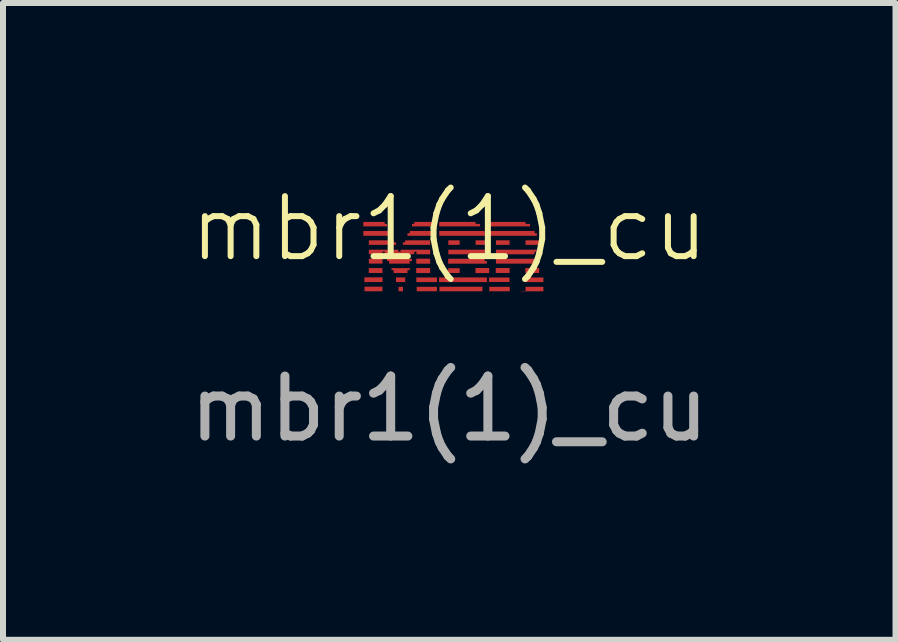
<source format=kicad_pcb>
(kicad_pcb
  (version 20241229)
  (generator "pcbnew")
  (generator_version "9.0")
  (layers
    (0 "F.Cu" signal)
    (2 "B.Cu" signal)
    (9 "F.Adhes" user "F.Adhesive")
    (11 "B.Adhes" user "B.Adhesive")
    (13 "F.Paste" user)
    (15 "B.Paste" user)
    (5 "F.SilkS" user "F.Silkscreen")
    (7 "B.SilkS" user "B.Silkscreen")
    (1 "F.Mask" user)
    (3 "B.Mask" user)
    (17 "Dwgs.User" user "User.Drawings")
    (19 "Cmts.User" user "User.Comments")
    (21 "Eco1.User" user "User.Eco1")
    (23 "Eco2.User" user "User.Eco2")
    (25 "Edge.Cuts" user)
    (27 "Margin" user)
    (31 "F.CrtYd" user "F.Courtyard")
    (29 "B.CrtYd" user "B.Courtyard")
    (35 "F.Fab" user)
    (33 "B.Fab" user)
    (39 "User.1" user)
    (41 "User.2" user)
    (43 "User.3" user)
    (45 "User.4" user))
  (footprint "mbr1(1)_cu"
    (layer "F.Cu")
    (at 4.435 1.26)
    (property "Reference" "mbr1(1)_cu" (at 0 -0.5 0) (unlocked yes) (layer "F.SilkS") (effects (font (size 1 1) (thickness 0.1))))
    (attr smd)
    (fp_poly (pts (xy -0.772 0.506) (xy -0.772 0.543) (xy -0.809 0.543) (xy -0.845 0.543) (xy -0.845 0.506) (xy -0.845 0.468) (xy -0.809 0.468) (xy -0.772 0.468)) (stroke (width 0) (type solid)) (fill yes) (layer "F.Cu"))
    (fp_poly (pts (xy -0.734 0.35) (xy -0.734 0.389) (xy -0.811 0.389) (xy -0.888 0.389) (xy -0.888 0.35) (xy -0.888 0.312) (xy -0.811 0.312) (xy -0.734 0.312)) (stroke (width 0) (type solid)) (fill yes) (layer "F.Cu"))
    (fp_poly (pts (xy -0.205 0.352) (xy -0.205 0.39) (xy -0.377 0.39) (xy -0.549 0.39) (xy -0.549 0.352) (xy -0.549 0.313) (xy -0.377 0.313) (xy -0.205 0.313)) (stroke (width 0) (type solid)) (fill yes) (layer "F.Cu"))
    (fp_poly (pts (xy 0.173 -0.268) (xy 0.173 -0.231) (xy 0.078 -0.231) (xy -0.016 -0.231) (xy -0.016 -0.268) (xy -0.016 -0.306) (xy 0.078 -0.306) (xy 0.173 -0.306)) (stroke (width 0) (type solid)) (fill yes) (layer "F.Cu"))
    (fp_poly (pts (xy 0.553 0.505) (xy 0.553 0.543) (xy 0.195 0.543) (xy -0.164 0.543) (xy -0.164 0.505) (xy -0.164 0.467) (xy 0.195 0.467) (xy 0.553 0.467)) (stroke (width 0) (type solid)) (fill yes) (layer "F.Cu"))
    (fp_poly (pts (xy 0.627 0.351) (xy 0.627 0.39) (xy 0.229 0.39) (xy -0.17 0.39) (xy -0.17 0.351) (xy -0.17 0.312) (xy 0.229 0.312) (xy 0.627 0.312)) (stroke (width 0) (type solid)) (fill yes) (layer "F.Cu"))
    (fp_poly (pts (xy 0.665 -0.268) (xy 0.665 -0.231) (xy 0.551 -0.231) (xy 0.438 -0.231) (xy 0.438 -0.268) (xy 0.438 -0.306) (xy 0.551 -0.306) (xy 0.665 -0.306)) (stroke (width 0) (type solid)) (fill yes) (layer "F.Cu"))
    (fp_poly (pts (xy 1.004 0.35) (xy 1.004 0.388) (xy 0.833 0.388) (xy 0.662 0.388) (xy 0.662 0.35) (xy 0.662 0.313) (xy 0.833 0.313) (xy 1.004 0.313)) (stroke (width 0) (type solid)) (fill yes) (layer "F.Cu"))
    (fp_poly (pts (xy 1.005 -0.268) (xy 1.005 -0.231) (xy 0.891 -0.231) (xy 0.778 -0.231) (xy 0.778 -0.268) (xy 0.778 -0.306) (xy 0.891 -0.306) (xy 1.005 -0.306)) (stroke (width 0) (type solid)) (fill yes) (layer "F.Cu"))
    (fp_poly (pts (xy 1.008 0.506) (xy 1.008 0.543) (xy 0.837 0.543) (xy 0.666 0.543) (xy 0.666 0.506) (xy 0.666 0.468) (xy 0.837 0.468) (xy 1.008 0.468)) (stroke (width 0) (type solid)) (fill yes) (layer "F.Cu"))
    (fp_poly (pts (xy 1.497 -0.268) (xy 1.497 -0.231) (xy 1.383 -0.231) (xy 1.27 -0.231) (xy 1.27 -0.268) (xy 1.27 -0.306) (xy 1.383 -0.306) (xy 1.497 -0.306)) (stroke (width 0) (type solid)) (fill yes) (layer "F.Cu"))
    (fp_poly (pts (xy -1.075 -0.597) (xy -1.075 -0.58) (xy -1.056 -0.58) (xy -1.037 -0.58) (xy -1.037 -0.559) (xy -1.037 -0.538) (xy -1.234 -0.538) (xy -1.432 -0.538) (xy -1.432 -0.575) (xy -1.432 -0.613) (xy -1.253 -0.613) (xy -1.075 -0.613)) (stroke (width 0) (type solid)) (fill yes) (layer "F.Cu"))
    (fp_poly (pts (xy -0.999 -0.443) (xy -0.999 -0.424) (xy -0.981 -0.424) (xy -0.962 -0.424) (xy -0.962 -0.403) (xy -0.962 -0.382) (xy -1.197 -0.382) (xy -1.432 -0.382) (xy -1.432 -0.422) (xy -1.432 -0.462) (xy -1.215 -0.462) (xy -0.999 -0.462)) (stroke (width 0) (type solid)) (fill yes) (layer "F.Cu"))
    (fp_poly (pts (xy -0.924 -0.29) (xy -0.924 -0.273) (xy -0.905 -0.273) (xy -0.886 -0.273) (xy -0.886 -0.252) (xy -0.886 -0.231) (xy -1.113 -0.231) (xy -1.34 -0.231) (xy -1.34 -0.268) (xy -1.34 -0.306) (xy -1.132 -0.306) (xy -0.924 -0.306)) (stroke (width 0) (type solid)) (fill yes) (layer "F.Cu"))
    (fp_poly (pts (xy -0.319 -0.268) (xy -0.319 -0.231) (xy -0.546 -0.231) (xy -0.773 -0.231) (xy -0.773 -0.252) (xy -0.773 -0.273) (xy -0.754 -0.273) (xy -0.735 -0.273) (xy -0.735 -0.29) (xy -0.735 -0.306) (xy -0.527 -0.306) (xy -0.319 -0.306)) (stroke (width 0) (type solid)) (fill yes) (layer "F.Cu"))
    (fp_poly (pts (xy -0.224 -0.575) (xy -0.224 -0.538) (xy -0.423 -0.538) (xy -0.621 -0.538) (xy -0.621 -0.559) (xy -0.621 -0.58) (xy -0.602 -0.58) (xy -0.583 -0.58) (xy -0.583 -0.597) (xy -0.583 -0.613) (xy -0.404 -0.613) (xy -0.224 -0.613)) (stroke (width 0) (type solid)) (fill yes) (layer "F.Cu"))
    (fp_poly (pts (xy -0.224 -0.422) (xy -0.224 -0.382) (xy -0.461 -0.382) (xy -0.697 -0.382) (xy -0.697 -0.403) (xy -0.697 -0.424) (xy -0.678 -0.424) (xy -0.659 -0.424) (xy -0.659 -0.443) (xy -0.659 -0.462) (xy -0.442 -0.462) (xy -0.224 -0.462)) (stroke (width 0) (type solid)) (fill yes) (layer "F.Cu"))
    (fp_poly (pts (xy 0.438 -0.597) (xy 0.438 -0.58) (xy 0.475 -0.58) (xy 0.513 -0.58) (xy 0.513 -0.559) (xy 0.513 -0.538) (xy 0.173 -0.538) (xy -0.167 -0.538) (xy -0.167 -0.575) (xy -0.167 -0.613) (xy 0.135 -0.613) (xy 0.438 -0.613)) (stroke (width 0) (type solid)) (fill yes) (layer "F.Cu"))
    (fp_poly (pts (xy 0.589 -0.443) (xy 0.589 -0.424) (xy 0.608 -0.424) (xy 0.627 -0.424) (xy 0.627 -0.403) (xy 0.627 -0.382) (xy 0.23 -0.382) (xy -0.167 -0.382) (xy -0.167 -0.422) (xy -0.167 -0.462) (xy 0.211 -0.462) (xy 0.589 -0.462)) (stroke (width 0) (type solid)) (fill yes) (layer "F.Cu"))
    (fp_poly (pts (xy 0.627 -0.133) (xy 0.627 -0.117) (xy 0.608 -0.117) (xy 0.589 -0.117) (xy 0.589 -0.096) (xy 0.589 -0.074) (xy 0.286 -0.074) (xy -0.016 -0.074) (xy -0.016 -0.112) (xy -0.016 -0.15) (xy 0.305 -0.15) (xy 0.627 -0.15)) (stroke (width 0) (type solid)) (fill yes) (layer "F.Cu"))
    (fp_poly (pts (xy 1.27 -0.597) (xy 1.27 -0.58) (xy 1.308 -0.58) (xy 1.345 -0.58) (xy 1.345 -0.559) (xy 1.345 -0.538) (xy 1.005 -0.538) (xy 0.665 -0.538) (xy 0.665 -0.575) (xy 0.665 -0.613) (xy 0.967 -0.613) (xy 1.27 -0.613)) (stroke (width 0) (type solid)) (fill yes) (layer "F.Cu"))
    (fp_poly (pts (xy 1.421 -0.443) (xy 1.421 -0.424) (xy 1.44 -0.424) (xy 1.459 -0.424) (xy 1.459 -0.403) (xy 1.459 -0.382) (xy 1.062 -0.382) (xy 0.665 -0.382) (xy 0.665 -0.422) (xy 0.665 -0.462) (xy 1.043 -0.462) (xy 1.421 -0.462)) (stroke (width 0) (type solid)) (fill yes) (layer "F.Cu"))
    (fp_poly (pts (xy 1.459 -0.133) (xy 1.459 -0.117) (xy 1.44 -0.117) (xy 1.421 -0.117) (xy 1.421 -0.096) (xy 1.421 -0.074) (xy 1.1 -0.074) (xy 0.778 -0.074) (xy 0.778 -0.112) (xy 0.778 -0.15) (xy 1.118 -0.15) (xy 1.459 -0.15)) (stroke (width 0) (type solid)) (fill yes) (layer "F.Cu"))
    (fp_poly (pts (xy 1.568 0.506) (xy 1.568 0.543) (xy 1.379 0.543) (xy 1.189 0.543) (xy 1.189 0.54) (xy 1.189 0.538) (xy 1.23 0.538) (xy 1.27 0.538) (xy 1.27 0.503) (xy 1.27 0.468) (xy 1.419 0.468) (xy 1.568 0.468)) (stroke (width 0) (type solid)) (fill yes) (layer "F.Cu"))
    (fp_poly (pts (xy -0.321 0.156) (xy -0.32 0.157) (xy -0.32 0.157) (xy -0.32 0.157) (xy -0.32 0.157) (xy -0.319 0.157) (xy -0.319 0.197) (xy -0.319 0.237) (xy -0.32 0.237) (xy -0.32 0.238) (xy -0.32 0.238) (xy -0.321 0.238) (xy -0.321 0.238) (xy -0.321 0.239) (xy -0.436 0.239) (xy -0.551 0.239) (xy -0.551 0.197) (xy -0.551 0.155) (xy -0.436 0.155) (xy -0.321 0.155)) (stroke (width 0) (type solid)) (fill yes) (layer "F.Cu"))
    (fp_poly (pts (xy 1.005 0.157) (xy 1.005 0.158) (xy 1.005 0.159) (xy 1.005 0.16) (xy 1.005 0.162) (xy 1.005 0.165) (xy 1.005 0.167) (xy 1.005 0.171) (xy 1.005 0.174) (xy 1.005 0.178) (xy 1.005 0.181) (xy 1.005 0.186) (xy 1.005 0.19) (xy 1.005 0.194) (xy 1.005 0.199) (xy 1.005 0.238) (xy 0.889 0.238) (xy 0.774 0.238) (xy 0.774 0.196) (xy 0.774 0.155) (xy 0.889 0.155) (xy 1.005 0.155)) (stroke (width 0) (type solid)) (fill yes) (layer "F.Cu"))
    (fp_poly (pts (xy 0.173 0.198) (xy 0.173 0.237) (xy 0.172 0.238) (xy 0.171 0.238) (xy 0.17 0.238) (xy 0.169 0.238) (xy 0.167 0.238) (xy 0.165 0.238) (xy 0.162 0.238) (xy 0.159 0.238) (xy 0.155 0.238) (xy 0.152 0.238) (xy 0.147 0.238) (xy 0.143 0.238) (xy 0.138 0.238) (xy 0.132 0.238) (xy 0.127 0.238) (xy 0.121 0.238) (xy 0.115 0.238) (xy 0.109 0.238) (xy 0.102 0.238) (xy 0.096 0.238) (xy 0.089 0.238) (xy 0.082 0.238) (xy 0.076 0.238) (xy -0.018 0.238) (xy -0.018 0.198) (xy -0.018 0.158) (xy 0.078 0.158) (xy 0.173 0.158)) (stroke (width 0) (type solid)) (fill yes) (layer "F.Cu"))
    (fp_poly (pts (xy -0.848 -0.133) (xy -0.848 -0.117) (xy -0.829 -0.117) (xy -0.81 -0.117) (xy -0.81 -0.133) (xy -0.81 -0.15) (xy -0.565 -0.15) (xy -0.319 -0.15) (xy -0.319 -0.112) (xy -0.319 -0.074) (xy -0.432 -0.074) (xy -0.546 -0.074) (xy -0.546 -0.096) (xy -0.546 -0.117) (xy -0.565 -0.117) (xy -0.583 -0.117) (xy -0.583 -0.096) (xy -0.583 -0.074) (xy -0.829 -0.074) (xy -1.075 -0.074) (xy -1.075 -0.096) (xy -1.075 -0.117) (xy -1.094 -0.117) (xy -1.113 -0.117) (xy -1.113 -0.096) (xy -1.113 -0.074) (xy -1.226 -0.074) (xy -1.34 -0.074) (xy -1.34 -0.112) (xy -1.34 -0.15) (xy -1.094 -0.15) (xy -0.848 -0.15)) (stroke (width 0) (type solid)) (fill yes) (layer "F.Cu"))
    (fp_poly (pts (xy 1.495 0.156) (xy 1.495 0.157) (xy 1.495 0.157) (xy 1.496 0.157) (xy 1.497 0.157) (xy 1.497 0.197) (xy 1.497 0.237) (xy 1.495 0.238) (xy 1.495 0.238) (xy 1.494 0.238) (xy 1.493 0.238) (xy 1.491 0.238) (xy 1.489 0.238) (xy 1.486 0.238) (xy 1.483 0.238) (xy 1.479 0.238) (xy 1.475 0.238) (xy 1.471 0.238) (xy 1.466 0.238) (xy 1.461 0.238) (xy 1.456 0.238) (xy 1.45 0.238) (xy 1.444 0.238) (xy 1.438 0.238) (xy 1.431 0.238) (xy 1.424 0.238) (xy 1.418 0.238) (xy 1.41 0.238) (xy 1.403 0.238) (xy 1.396 0.238) (xy 1.388 0.238) (xy 1.38 0.238) (xy 1.267 0.238) (xy 1.267 0.197) (xy 1.267 0.156) (xy 1.381 0.156) (xy 1.495 0.156)) (stroke (width 0) (type solid)) (fill yes) (layer "F.Cu"))
    (fp_poly (pts (xy -1.228 0.001) (xy -1.22 0.001) (xy -1.213 0.001) (xy -1.205 0.001) (xy -1.198 0.001) (xy -1.191 0.001) (xy -1.184 0.001) (xy -1.177 0.001) (xy -1.171 0.001) (xy -1.165 0.001) (xy -1.159 0.001) (xy -1.153 0.001) (xy -1.148 0.001) (xy -1.143 0.001) (xy -1.138 0.001) (xy -1.134 0.001) (xy -1.13 0.001) (xy -1.126 0.001) (xy -1.123 0.001) (xy -1.121 0.001) (xy -1.118 0.001) (xy -1.117 0.001) (xy -1.115 0.001) (xy -1.115 0.001) (xy -1.114 0.001) (xy -1.113 0.001) (xy -1.113 0.042) (xy -1.113 0.082) (xy -1.224 0.082) (xy -1.232 0.082) (xy -1.239 0.082) (xy -1.247 0.082) (xy -1.254 0.082) (xy -1.261 0.082) (xy -1.268 0.082) (xy -1.275 0.082) (xy -1.281 0.082) (xy -1.287 0.082) (xy -1.293 0.082) (xy -1.299 0.082) (xy -1.304 0.082) (xy -1.309 0.082) (xy -1.314 0.082) (xy -1.318 0.081) (xy -1.322 0.081) (xy -1.326 0.081) (xy -1.329 0.081) (xy -1.331 0.081) (xy -1.334 0.081) (xy -1.335 0.081) (xy -1.337 0.081) (xy -1.337 0.081) (xy -1.338 0.081) (xy -1.34 0.081) (xy -1.34 0.041) (xy -1.34 0.001)) (stroke (width 0) (type solid)) (fill yes) (layer "F.Cu"))
    (fp_poly (pts (xy -0.323 0.001) (xy -0.323 0.001) (xy -0.322 0.001) (xy -0.322 0.001) (xy -0.321 0.001) (xy -0.321 0.001) (xy -0.319 0.001) (xy -0.319 0.041) (xy -0.319 0.082) (xy -0.321 0.082) (xy -0.322 0.082) (xy -0.322 0.082) (xy -0.323 0.082) (xy -0.323 0.082) (xy -0.323 0.082) (xy -0.323 0.082) (xy -0.323 0.082) (xy -0.323 0.082) (xy -0.323 0.082) (xy -0.323 0.082) (xy -0.323 0.082) (xy -0.324 0.082) (xy -0.324 0.082) (xy -0.325 0.082) (xy -0.325 0.083) (xy -0.326 0.083) (xy -0.327 0.083) (xy -0.328 0.083) (xy -0.33 0.083) (xy -0.331 0.083) (xy -0.333 0.083) (xy -0.335 0.083) (xy -0.337 0.083) (xy -0.34 0.083) (xy -0.343 0.083) (xy -0.346 0.083) (xy -0.349 0.083) (xy -0.353 0.083) (xy -0.357 0.083) (xy -0.362 0.083) (xy -0.367 0.083) (xy -0.372 0.083) (xy -0.378 0.083) (xy -0.384 0.083) (xy -0.39 0.083) (xy -0.397 0.083) (xy -0.405 0.083) (xy -0.413 0.083) (xy -0.421 0.083) (xy -0.43 0.083) (xy -0.436 0.083) (xy -0.55 0.083) (xy -0.55 0.041) (xy -0.55 0) (xy -0.436 0) (xy -0.323 0)) (stroke (width 0) (type solid)) (fill yes) (layer "F.Cu"))
    (fp_poly (pts (xy 1.422 0.02) (xy 1.422 0.039) (xy 1.44 0.039) (xy 1.459 0.039) (xy 1.459 0.06) (xy 1.459 0.082) (xy 1.44 0.082) (xy 1.436 0.082) (xy 1.433 0.082) (xy 1.43 0.082) (xy 1.427 0.082) (xy 1.425 0.082) (xy 1.424 0.082) (xy 1.423 0.082) (xy 1.422 0.082) (xy 1.422 0.082) (xy 1.422 0.082) (xy 1.421 0.082) (xy 1.42 0.082) (xy 1.418 0.082) (xy 1.416 0.082) (xy 1.413 0.082) (xy 1.409 0.082) (xy 1.405 0.082) (xy 1.401 0.082) (xy 1.396 0.082) (xy 1.39 0.082) (xy 1.384 0.082) (xy 1.377 0.082) (xy 1.37 0.082) (xy 1.362 0.082) (xy 1.354 0.082) (xy 1.345 0.082) (xy 1.336 0.082) (xy 1.326 0.082) (xy 1.316 0.082) (xy 1.305 0.082) (xy 1.293 0.082) (xy 1.281 0.082) (xy 1.269 0.082) (xy 1.256 0.082) (xy 1.242 0.082) (xy 1.228 0.082) (xy 1.213 0.082) (xy 1.198 0.082) (xy 1.182 0.082) (xy 1.166 0.082) (xy 1.149 0.082) (xy 1.132 0.082) (xy 1.114 0.082) (xy 1.1 0.082) (xy 0.777 0.082) (xy 0.777 0.041) (xy 0.777 0.001) (xy 1.1 0.001) (xy 1.422 0.001)) (stroke (width 0) (type solid)) (fill yes) (layer "F.Cu"))
    (fp_poly (pts (xy 0.664 0.156) (xy 0.664 0.157) (xy 0.664 0.157) (xy 0.664 0.157) (xy 0.664 0.157) (xy 0.664 0.157) (xy 0.664 0.157) (xy 0.664 0.157) (xy 0.664 0.158) (xy 0.664 0.158) (xy 0.664 0.159) (xy 0.665 0.159) (xy 0.665 0.16) (xy 0.665 0.161) (xy 0.665 0.163) (xy 0.665 0.165) (xy 0.665 0.167) (xy 0.665 0.169) (xy 0.665 0.172) (xy 0.665 0.175) (xy 0.665 0.178) (xy 0.665 0.182) (xy 0.665 0.186) (xy 0.665 0.191) (xy 0.665 0.196) (xy 0.665 0.197) (xy 0.665 0.203) (xy 0.665 0.208) (xy 0.665 0.212) (xy 0.665 0.216) (xy 0.665 0.22) (xy 0.665 0.223) (xy 0.665 0.225) (xy 0.665 0.228) (xy 0.665 0.23) (xy 0.665 0.232) (xy 0.665 0.233) (xy 0.665 0.234) (xy 0.665 0.235) (xy 0.664 0.236) (xy 0.664 0.236) (xy 0.664 0.237) (xy 0.664 0.237) (xy 0.664 0.237) (xy 0.664 0.237) (xy 0.664 0.237) (xy 0.664 0.237) (xy 0.664 0.237) (xy 0.664 0.238) (xy 0.664 0.238) (xy 0.664 0.238) (xy 0.664 0.239) (xy 0.55 0.239) (xy 0.436 0.239) (xy 0.436 0.197) (xy 0.436 0.155) (xy 0.55 0.155) (xy 0.664 0.155)) (stroke (width 0) (type solid)) (fill yes) (layer "F.Cu"))
    (fp_poly (pts (xy -1.112 0.35) (xy -1.112 0.389) (xy -1.264 0.389) (xy -1.275 0.389) (xy -1.285 0.389) (xy -1.296 0.389) (xy -1.305 0.389) (xy -1.314 0.389) (xy -1.323 0.389) (xy -1.331 0.389) (xy -1.339 0.389) (xy -1.346 0.389) (xy -1.353 0.389) (xy -1.359 0.389) (xy -1.365 0.389) (xy -1.371 0.389) (xy -1.376 0.389) (xy -1.381 0.389) (xy -1.385 0.389) (xy -1.389 0.389) (xy -1.393 0.389) (xy -1.396 0.389) (xy -1.399 0.389) (xy -1.402 0.389) (xy -1.405 0.389) (xy -1.407 0.389) (xy -1.409 0.389) (xy -1.41 0.389) (xy -1.412 0.389) (xy -1.413 0.389) (xy -1.414 0.389) (xy -1.415 0.389) (xy -1.415 0.389) (xy -1.415 0.389) (xy -1.415 0.389) (xy -1.415 0.389) (xy -1.415 0.388) (xy -1.415 0.387) (xy -1.415 0.385) (xy -1.415 0.383) (xy -1.415 0.381) (xy -1.415 0.378) (xy -1.415 0.375) (xy -1.415 0.372) (xy -1.415 0.368) (xy -1.415 0.364) (xy -1.415 0.361) (xy -1.415 0.357) (xy -1.415 0.353) (xy -1.415 0.349) (xy -1.415 0.345) (xy -1.415 0.341) (xy -1.415 0.338) (xy -1.415 0.334) (xy -1.415 0.331) (xy -1.415 0.327) (xy -1.415 0.324) (xy -1.415 0.322) (xy -1.415 0.319) (xy -1.415 0.317) (xy -1.415 0.315) (xy -1.415 0.314) (xy -1.415 0.311) (xy -1.264 0.311) (xy -1.112 0.311)) (stroke (width 0) (type solid)) (fill yes) (layer "F.Cu"))
    (fp_poly (pts (xy -1.223 0.466) (xy -1.215 0.466) (xy -1.207 0.466) (xy -1.199 0.466) (xy -1.192 0.466) (xy -1.185 0.466) (xy -1.178 0.466) (xy -1.172 0.466) (xy -1.166 0.466) (xy -1.161 0.466) (xy -1.156 0.466) (xy -1.152 0.466) (xy -1.147 0.466) (xy -1.144 0.466) (xy -1.14 0.466) (xy -1.137 0.466) (xy -1.134 0.466) (xy -1.131 0.466) (xy -1.128 0.466) (xy -1.126 0.466) (xy -1.124 0.466) (xy -1.122 0.466) (xy -1.121 0.466) (xy -1.12 0.466) (xy -1.118 0.466) (xy -1.117 0.466) (xy -1.116 0.466) (xy -1.116 0.466) (xy -1.115 0.466) (xy -1.115 0.466) (xy -1.114 0.466) (xy -1.114 0.466) (xy -1.114 0.467) (xy -1.114 0.467) (xy -1.114 0.467) (xy -1.114 0.467) (xy -1.114 0.467) (xy -1.114 0.467) (xy -1.113 0.467) (xy -1.113 0.467) (xy -1.113 0.467) (xy -1.113 0.467) (xy -1.113 0.468) (xy -1.113 0.468) (xy -1.113 0.469) (xy -1.113 0.47) (xy -1.113 0.471) (xy -1.113 0.472) (xy -1.113 0.474) (xy -1.113 0.475) (xy -1.113 0.478) (xy -1.113 0.48) (xy -1.113 0.483) (xy -1.113 0.487) (xy -1.113 0.49) (xy -1.113 0.495) (xy -1.113 0.499) (xy -1.113 0.505) (xy -1.113 0.505) (xy -1.113 0.543) (xy -1.263 0.543) (xy -1.413 0.543) (xy -1.413 0.505) (xy -1.413 0.466) (xy -1.263 0.466) (xy -1.252 0.466) (xy -1.242 0.466) (xy -1.233 0.466)) (stroke (width 0) (type solid)) (fill yes) (layer "F.Cu"))
    (fp_poly (pts (xy -0.802 0.001) (xy -0.793 0.001) (xy -0.784 0.001) (xy -0.775 0.001) (xy -0.766 0.001) (xy -0.758 0.001) (xy -0.749 0.001) (xy -0.741 0.001) (xy -0.733 0.001) (xy -0.725 0.001) (xy -0.718 0.001) (xy -0.71 0.001) (xy -0.703 0.001) (xy -0.696 0.001) (xy -0.69 0.001) (xy -0.684 0.001) (xy -0.678 0.001) (xy -0.672 0.001) (xy -0.667 0.001) (xy -0.662 0.001) (xy -0.658 0.001) (xy -0.654 0.001) (xy -0.651 0.001) (xy -0.648 0.001) (xy -0.645 0.001) (xy -0.643 0.001) (xy -0.642 0.001) (xy -0.621 0.001) (xy -0.621 0.02) (xy -0.621 0.039) (xy -0.64 0.039) (xy -0.659 0.039) (xy -0.659 0.06) (xy -0.659 0.082) (xy -0.831 0.082) (xy -1.003 0.082) (xy -1.003 0.06) (xy -1.003 0.039) (xy -1.02 0.039) (xy -1.037 0.039) (xy -1.037 0.02) (xy -1.037 0.001) (xy -1.013 0.001) (xy -1.011 0.001) (xy -1.009 0.001) (xy -1.006 0.001) (xy -1.002 0.001) (xy -0.998 0.001) (xy -0.994 0.001) (xy -0.99 0.001) (xy -0.984 0.001) (xy -0.979 0.001) (xy -0.973 0.001) (xy -0.967 0.001) (xy -0.961 0.001) (xy -0.954 0.001) (xy -0.947 0.001) (xy -0.939 0.001) (xy -0.932 0.001) (xy -0.924 0.001) (xy -0.916 0.001) (xy -0.908 0.001) (xy -0.899 0.001) (xy -0.891 0.001) (xy -0.882 0.001) (xy -0.874 0.001) (xy -0.865 0.001) (xy -0.856 0.001) (xy -0.847 0.001) (xy -0.838 0.001) (xy -0.829 0.001) (xy -0.82 0.001) (xy -0.811 0.001)) (stroke (width 0) (type solid)) (fill yes) (layer "F.Cu"))
    (fp_poly (pts (xy 0.589 0.02) (xy 0.589 0.039) (xy 0.608 0.039) (xy 0.627 0.039) (xy 0.627 0.06) (xy 0.627 0.082) (xy 0.608 0.082) (xy 0.604 0.082) (xy 0.601 0.082) (xy 0.599 0.082) (xy 0.596 0.082) (xy 0.594 0.082) (xy 0.593 0.082) (xy 0.592 0.082) (xy 0.591 0.082) (xy 0.59 0.082) (xy 0.59 0.082) (xy 0.589 0.082) (xy 0.589 0.082) (xy 0.589 0.082) (xy 0.589 0.082) (xy 0.589 0.082) (xy 0.589 0.082) (xy 0.589 0.082) (xy 0.589 0.082) (xy 0.589 0.082) (xy 0.589 0.082) (xy 0.589 0.082) (xy 0.589 0.082) (xy 0.588 0.082) (xy 0.588 0.082) (xy 0.588 0.082) (xy 0.587 0.082) (xy 0.586 0.082) (xy 0.586 0.082) (xy 0.585 0.082) (xy 0.584 0.083) (xy 0.583 0.083) (xy 0.582 0.083) (xy 0.58 0.083) (xy 0.579 0.083) (xy 0.577 0.083) (xy 0.575 0.083) (xy 0.573 0.083) (xy 0.571 0.083) (xy 0.568 0.083) (xy 0.565 0.083) (xy 0.562 0.083) (xy 0.559 0.083) (xy 0.556 0.083) (xy 0.552 0.083) (xy 0.548 0.083) (xy 0.544 0.083) (xy 0.539 0.083) (xy 0.534 0.083) (xy 0.529 0.083) (xy 0.524 0.083) (xy 0.518 0.083) (xy 0.512 0.083) (xy 0.505 0.083) (xy 0.499 0.083) (xy 0.491 0.083) (xy 0.484 0.083) (xy 0.476 0.083) (xy 0.468 0.083) (xy 0.459 0.083) (xy 0.45 0.083) (xy 0.441 0.083) (xy 0.431 0.083) (xy 0.42 0.083) (xy 0.41 0.083) (xy 0.398 0.083) (xy 0.387 0.083) (xy 0.375 0.083) (xy 0.362 0.083) (xy 0.349 0.083) (xy 0.335 0.083) (xy 0.321 0.083) (xy 0.307 0.083) (xy 0.292 0.083) (xy 0.285 0.083) (xy -0.018 0.083) (xy -0.018 0.042) (xy -0.018 0.001) (xy 0.285 0.001) (xy 0.589 0.001)) (stroke (width 0) (type solid)) (fill yes) (layer "F.Cu"))
    (fp_poly (pts (xy -0.792 0.157) (xy -0.782 0.157) (xy -0.772 0.157) (xy -0.763 0.157) (xy -0.754 0.157) (xy -0.746 0.157) (xy -0.738 0.157) (xy -0.731 0.157) (xy -0.725 0.157) (xy -0.719 0.157) (xy -0.713 0.157) (xy -0.708 0.157) (xy -0.704 0.157) (xy -0.7 0.157) (xy -0.697 0.157) (xy -0.694 0.157) (xy -0.691 0.157) (xy -0.69 0.157) (xy -0.688 0.157) (xy -0.688 0.157) (xy -0.687 0.157) (xy -0.687 0.157) (xy -0.686 0.157) (xy -0.685 0.157) (xy -0.683 0.157) (xy -0.681 0.157) (xy -0.678 0.157) (xy -0.675 0.157) (xy -0.673 0.157) (xy -0.659 0.157) (xy -0.659 0.174) (xy -0.659 0.19) (xy -0.678 0.19) (xy -0.697 0.19) (xy -0.697 0.214) (xy -0.697 0.237) (xy -0.698 0.237) (xy -0.698 0.238) (xy -0.698 0.238) (xy -0.698 0.238) (xy -0.699 0.238) (xy -0.699 0.238) (xy -0.699 0.238) (xy -0.7 0.238) (xy -0.7 0.238) (xy -0.701 0.238) (xy -0.702 0.238) (xy -0.703 0.238) (xy -0.705 0.238) (xy -0.706 0.238) (xy -0.708 0.238) (xy -0.71 0.238) (xy -0.713 0.238) (xy -0.715 0.238) (xy -0.718 0.238) (xy -0.721 0.238) (xy -0.725 0.238) (xy -0.729 0.238) (xy -0.733 0.238) (xy -0.738 0.238) (xy -0.743 0.238) (xy -0.748 0.238) (xy -0.754 0.238) (xy -0.76 0.238) (xy -0.767 0.238) (xy -0.774 0.238) (xy -0.782 0.238) (xy -0.79 0.238) (xy -0.798 0.238) (xy -0.807 0.238) (xy -0.813 0.238) (xy -0.927 0.238) (xy -0.927 0.214) (xy -0.927 0.19) (xy -0.944 0.19) (xy -0.962 0.19) (xy -0.962 0.174) (xy -0.962 0.157) (xy -0.951 0.157) (xy -0.949 0.157) (xy -0.946 0.157) (xy -0.944 0.157) (xy -0.943 0.157) (xy -0.942 0.157) (xy -0.941 0.157) (xy -0.941 0.157) (xy -0.941 0.157) (xy -0.94 0.157) (xy -0.939 0.157) (xy -0.937 0.157) (xy -0.935 0.157) (xy -0.932 0.157) (xy -0.928 0.157) (xy -0.924 0.157) (xy -0.92 0.157) (xy -0.915 0.157) (xy -0.909 0.157) (xy -0.903 0.157) (xy -0.896 0.157) (xy -0.889 0.157) (xy -0.881 0.157) (xy -0.873 0.157) (xy -0.864 0.157) (xy -0.855 0.157) (xy -0.845 0.157) (xy -0.835 0.157) (xy -0.824 0.157) (xy -0.814 0.157) (xy -0.803 0.157)) (stroke (width 0) (type solid)) (fill yes) (layer "F.Cu"))
    (fp_poly (pts (xy -1.209 0.156) (xy -1.201 0.156) (xy -1.193 0.156) (xy -1.186 0.156) (xy -1.179 0.156) (xy -1.172 0.156) (xy -1.166 0.156) (xy -1.161 0.156) (xy -1.156 0.156) (xy -1.151 0.156) (xy -1.146 0.156) (xy -1.142 0.156) (xy -1.139 0.156) (xy -1.135 0.156) (xy -1.132 0.156) (xy -1.129 0.156) (xy -1.127 0.156) (xy -1.125 0.156) (xy -1.123 0.156) (xy -1.121 0.157) (xy -1.119 0.157) (xy -1.118 0.157) (xy -1.117 0.157) (xy -1.116 0.157) (xy -1.115 0.157) (xy -1.115 0.157) (xy -1.114 0.157) (xy -1.114 0.157) (xy -1.114 0.157) (xy -1.114 0.157) (xy -1.114 0.157) (xy -1.114 0.157) (xy -1.113 0.157) (xy -1.113 0.157) (xy -1.113 0.157) (xy -1.113 0.158) (xy -1.113 0.158) (xy -1.113 0.159) (xy -1.113 0.159) (xy -1.113 0.161) (xy -1.113 0.162) (xy -1.113 0.163) (xy -1.113 0.165) (xy -1.113 0.167) (xy -1.113 0.17) (xy -1.113 0.173) (xy -1.113 0.176) (xy -1.113 0.18) (xy -1.113 0.184) (xy -1.113 0.189) (xy -1.113 0.194) (xy -1.113 0.197) (xy -1.113 0.203) (xy -1.113 0.208) (xy -1.113 0.212) (xy -1.113 0.216) (xy -1.113 0.22) (xy -1.113 0.223) (xy -1.113 0.226) (xy -1.113 0.228) (xy -1.113 0.23) (xy -1.113 0.232) (xy -1.113 0.233) (xy -1.113 0.235) (xy -1.113 0.235) (xy -1.113 0.236) (xy -1.113 0.237) (xy -1.113 0.237) (xy -1.113 0.237) (xy -1.113 0.237) (xy -1.113 0.237) (xy -1.114 0.238) (xy -1.114 0.238) (xy -1.114 0.238) (xy -1.114 0.238) (xy -1.114 0.238) (xy -1.115 0.238) (xy -1.115 0.238) (xy -1.116 0.238) (xy -1.117 0.238) (xy -1.118 0.238) (xy -1.119 0.238) (xy -1.12 0.238) (xy -1.122 0.238) (xy -1.124 0.238) (xy -1.126 0.238) (xy -1.128 0.238) (xy -1.131 0.238) (xy -1.134 0.238) (xy -1.137 0.238) (xy -1.14 0.238) (xy -1.144 0.238) (xy -1.149 0.238) (xy -1.153 0.238) (xy -1.158 0.238) (xy -1.164 0.238) (xy -1.17 0.238) (xy -1.176 0.238) (xy -1.183 0.238) (xy -1.19 0.238) (xy -1.197 0.238) (xy -1.205 0.238) (xy -1.214 0.238) (xy -1.223 0.238) (xy -1.227 0.238) (xy -1.341 0.238) (xy -1.341 0.197) (xy -1.341 0.156) (xy -1.227 0.156) (xy -1.218 0.156)) (stroke (width 0) (type solid)) (fill yes) (layer "F.Cu"))
    (fp_poly (pts (xy -0.323 0.468) (xy -0.314 0.468) (xy -0.306 0.468) (xy -0.298 0.468) (xy -0.29 0.468) (xy -0.283 0.468) (xy -0.276 0.468) (xy -0.27 0.468) (xy -0.264 0.468) (xy -0.259 0.468) (xy -0.253 0.468) (xy -0.249 0.468) (xy -0.244 0.468) (xy -0.24 0.468) (xy -0.236 0.468) (xy -0.232 0.468) (xy -0.229 0.468) (xy -0.226 0.468) (xy -0.224 0.468) (xy -0.221 0.468) (xy -0.219 0.468) (xy -0.217 0.468) (xy -0.215 0.468) (xy -0.213 0.468) (xy -0.212 0.468) (xy -0.211 0.468) (xy -0.21 0.468) (xy -0.209 0.469) (xy -0.208 0.469) (xy -0.208 0.469) (xy -0.207 0.469) (xy -0.207 0.469) (xy -0.206 0.469) (xy -0.206 0.469) (xy -0.206 0.469) (xy -0.206 0.469) (xy -0.206 0.469) (xy -0.206 0.469) (xy -0.206 0.469) (xy -0.206 0.469) (xy -0.206 0.469) (xy -0.206 0.469) (xy -0.205 0.47) (xy -0.205 0.47) (xy -0.205 0.471) (xy -0.205 0.472) (xy -0.205 0.473) (xy -0.205 0.474) (xy -0.205 0.474) (xy -0.206 0.474) (xy -0.206 0.474) (xy -0.206 0.475) (xy -0.206 0.476) (xy -0.206 0.476) (xy -0.206 0.477) (xy -0.206 0.478) (xy -0.206 0.479) (xy -0.206 0.479) (xy -0.205 0.479) (xy -0.205 0.48) (xy -0.205 0.481) (xy -0.205 0.481) (xy -0.205 0.482) (xy -0.205 0.483) (xy -0.205 0.483) (xy -0.206 0.484) (xy -0.206 0.484) (xy -0.206 0.484) (xy -0.206 0.485) (xy -0.206 0.486) (xy -0.206 0.487) (xy -0.206 0.488) (xy -0.206 0.488) (xy -0.206 0.488) (xy -0.205 0.488) (xy -0.205 0.489) (xy -0.205 0.49) (xy -0.205 0.49) (xy -0.205 0.492) (xy -0.205 0.492) (xy -0.205 0.493) (xy -0.206 0.493) (xy -0.206 0.493) (xy -0.206 0.494) (xy -0.206 0.495) (xy -0.206 0.495) (xy -0.206 0.496) (xy -0.206 0.497) (xy -0.206 0.498) (xy -0.206 0.498) (xy -0.205 0.498) (xy -0.205 0.499) (xy -0.205 0.5) (xy -0.205 0.5) (xy -0.205 0.501) (xy -0.205 0.502) (xy -0.205 0.502) (xy -0.206 0.502) (xy -0.206 0.503) (xy -0.206 0.503) (xy -0.206 0.504) (xy -0.206 0.505) (xy -0.206 0.506) (xy -0.206 0.507) (xy -0.206 0.507) (xy -0.206 0.507) (xy -0.205 0.507) (xy -0.205 0.508) (xy -0.205 0.509) (xy -0.205 0.509) (xy -0.205 0.511) (xy -0.205 0.511) (xy -0.205 0.512) (xy -0.206 0.512) (xy -0.206 0.512) (xy -0.206 0.513) (xy -0.206 0.514) (xy -0.206 0.514) (xy -0.206 0.515) (xy -0.206 0.516) (xy -0.206 0.517) (xy -0.206 0.517) (xy -0.205 0.517) (xy -0.205 0.518) (xy -0.205 0.519) (xy -0.205 0.519) (xy -0.205 0.52) (xy -0.205 0.521) (xy -0.205 0.521) (xy -0.206 0.521) (xy -0.206 0.521) (xy -0.206 0.522) (xy -0.206 0.523) (xy -0.206 0.524) (xy -0.206 0.525) (xy -0.206 0.526) (xy -0.206 0.526) (xy -0.206 0.526) (xy -0.205 0.526) (xy -0.205 0.527) (xy -0.205 0.528) (xy -0.205 0.528) (xy -0.205 0.529) (xy -0.205 0.53) (xy -0.205 0.531) (xy -0.206 0.531) (xy -0.206 0.531) (xy -0.206 0.532) (xy -0.206 0.533) (xy -0.206 0.533) (xy -0.206 0.534) (xy -0.206 0.535) (xy -0.206 0.536) (xy -0.206 0.536) (xy -0.205 0.536) (xy -0.205 0.536) (xy -0.205 0.538) (xy -0.205 0.538) (xy -0.205 0.539) (xy -0.205 0.54) (xy -0.205 0.54) (xy -0.206 0.54) (xy -0.206 0.54) (xy -0.206 0.541) (xy -0.206 0.542) (xy -0.206 0.543) (xy -0.375 0.543) (xy -0.543 0.543) (xy -0.543 0.506) (xy -0.543 0.468) (xy -0.375 0.468) (xy -0.363 0.468) (xy -0.352 0.468) (xy -0.342 0.468) (xy -0.332 0.468)) (stroke (width 0) (type solid)) (fill yes) (layer "F.Cu"))
    (fp_poly (pts (xy 1.417 0.313) (xy 1.426 0.313) (xy 1.435 0.313) (xy 1.444 0.313) (xy 1.452 0.313) (xy 1.461 0.313) (xy 1.469 0.313) (xy 1.477 0.313) (xy 1.484 0.313) (xy 1.492 0.313) (xy 1.499 0.313) (xy 1.506 0.313) (xy 1.512 0.313) (xy 1.519 0.313) (xy 1.525 0.313) (xy 1.531 0.313) (xy 1.536 0.313) (xy 1.541 0.313) (xy 1.545 0.313) (xy 1.55 0.313) (xy 1.554 0.313) (xy 1.557 0.313) (xy 1.56 0.313) (xy 1.562 0.313) (xy 1.564 0.313) (xy 1.566 0.313) (xy 1.567 0.313) (xy 1.568 0.313) (xy 1.568 0.313) (xy 1.568 0.313) (xy 1.568 0.313) (xy 1.568 0.314) (xy 1.568 0.315) (xy 1.568 0.316) (xy 1.568 0.317) (xy 1.568 0.318) (xy 1.568 0.318) (xy 1.568 0.318) (xy 1.568 0.318) (xy 1.568 0.318) (xy 1.568 0.319) (xy 1.568 0.319) (xy 1.568 0.32) (xy 1.568 0.321) (xy 1.568 0.322) (xy 1.568 0.323) (xy 1.568 0.323) (xy 1.568 0.323) (xy 1.568 0.323) (xy 1.568 0.324) (xy 1.568 0.325) (xy 1.568 0.325) (xy 1.568 0.326) (xy 1.568 0.327) (xy 1.568 0.327) (xy 1.568 0.327) (xy 1.568 0.327) (xy 1.568 0.328) (xy 1.568 0.328) (xy 1.568 0.329) (xy 1.568 0.33) (xy 1.568 0.33) (xy 1.568 0.331) (xy 1.568 0.332) (xy 1.568 0.332) (xy 1.568 0.332) (xy 1.568 0.332) (xy 1.568 0.332) (xy 1.568 0.333) (xy 1.568 0.333) (xy 1.568 0.334) (xy 1.568 0.336) (xy 1.568 0.336) (xy 1.568 0.337) (xy 1.568 0.337) (xy 1.568 0.337) (xy 1.568 0.337) (xy 1.568 0.338) (xy 1.568 0.339) (xy 1.568 0.339) (xy 1.568 0.34) (xy 1.568 0.341) (xy 1.568 0.341) (xy 1.568 0.342) (xy 1.568 0.342) (xy 1.568 0.342) (xy 1.568 0.342) (xy 1.568 0.343) (xy 1.568 0.344) (xy 1.568 0.344) (xy 1.568 0.345) (xy 1.568 0.346) (xy 1.568 0.346) (xy 1.568 0.346) (xy 1.568 0.346) (xy 1.568 0.346) (xy 1.568 0.347) (xy 1.568 0.347) (xy 1.568 0.349) (xy 1.568 0.349) (xy 1.568 0.35) (xy 1.568 0.351) (xy 1.568 0.351) (xy 1.568 0.351) (xy 1.568 0.351) (xy 1.568 0.351) (xy 1.568 0.352) (xy 1.568 0.352) (xy 1.568 0.353) (xy 1.568 0.355) (xy 1.568 0.355) (xy 1.568 0.356) (xy 1.568 0.356) (xy 1.568 0.356) (xy 1.568 0.356) (xy 1.568 0.357) (xy 1.568 0.358) (xy 1.568 0.358) (xy 1.568 0.359) (xy 1.568 0.36) (xy 1.568 0.36) (xy 1.568 0.36) (xy 1.568 0.36) (xy 1.568 0.361) (xy 1.568 0.361) (xy 1.568 0.362) (xy 1.568 0.363) (xy 1.568 0.363) (xy 1.568 0.364) (xy 1.568 0.365) (xy 1.568 0.365) (xy 1.568 0.365) (xy 1.568 0.365) (xy 1.568 0.365) (xy 1.568 0.366) (xy 1.568 0.366) (xy 1.568 0.368) (xy 1.568 0.368) (xy 1.568 0.369) (xy 1.568 0.37) (xy 1.568 0.37) (xy 1.568 0.37) (xy 1.568 0.37) (xy 1.568 0.37) (xy 1.568 0.371) (xy 1.568 0.371) (xy 1.568 0.372) (xy 1.568 0.374) (xy 1.568 0.374) (xy 1.568 0.375) (xy 1.568 0.375) (xy 1.568 0.375) (xy 1.568 0.375) (xy 1.568 0.376) (xy 1.568 0.377) (xy 1.568 0.377) (xy 1.568 0.378) (xy 1.568 0.379) (xy 1.568 0.379) (xy 1.568 0.379) (xy 1.568 0.379) (xy 1.568 0.38) (xy 1.568 0.38) (xy 1.568 0.381) (xy 1.568 0.382) (xy 1.568 0.382) (xy 1.568 0.383) (xy 1.568 0.384) (xy 1.568 0.384) (xy 1.568 0.384) (xy 1.568 0.384) (xy 1.568 0.384) (xy 1.568 0.385) (xy 1.568 0.385) (xy 1.568 0.386) (xy 1.568 0.387) (xy 1.568 0.39) (xy 1.418 0.39) (xy 1.268 0.39) (xy 1.268 0.352) (xy 1.268 0.313)) (stroke (width 0) (type solid)) (fill yes) (layer "F.Cu"))
    (fp_text user "${REFERENCE}" (at 0 2.5 0) (unlocked yes) (layer "F.Fab") (effects (font (size 1 1) (thickness 0.15)))))
  (gr_rect
    (start -3 -3)
    (end 11.869 7.609)
    (stroke (width 0.1) (type default))
    (fill no)
    (layer "Edge.Cuts")))
</source>
